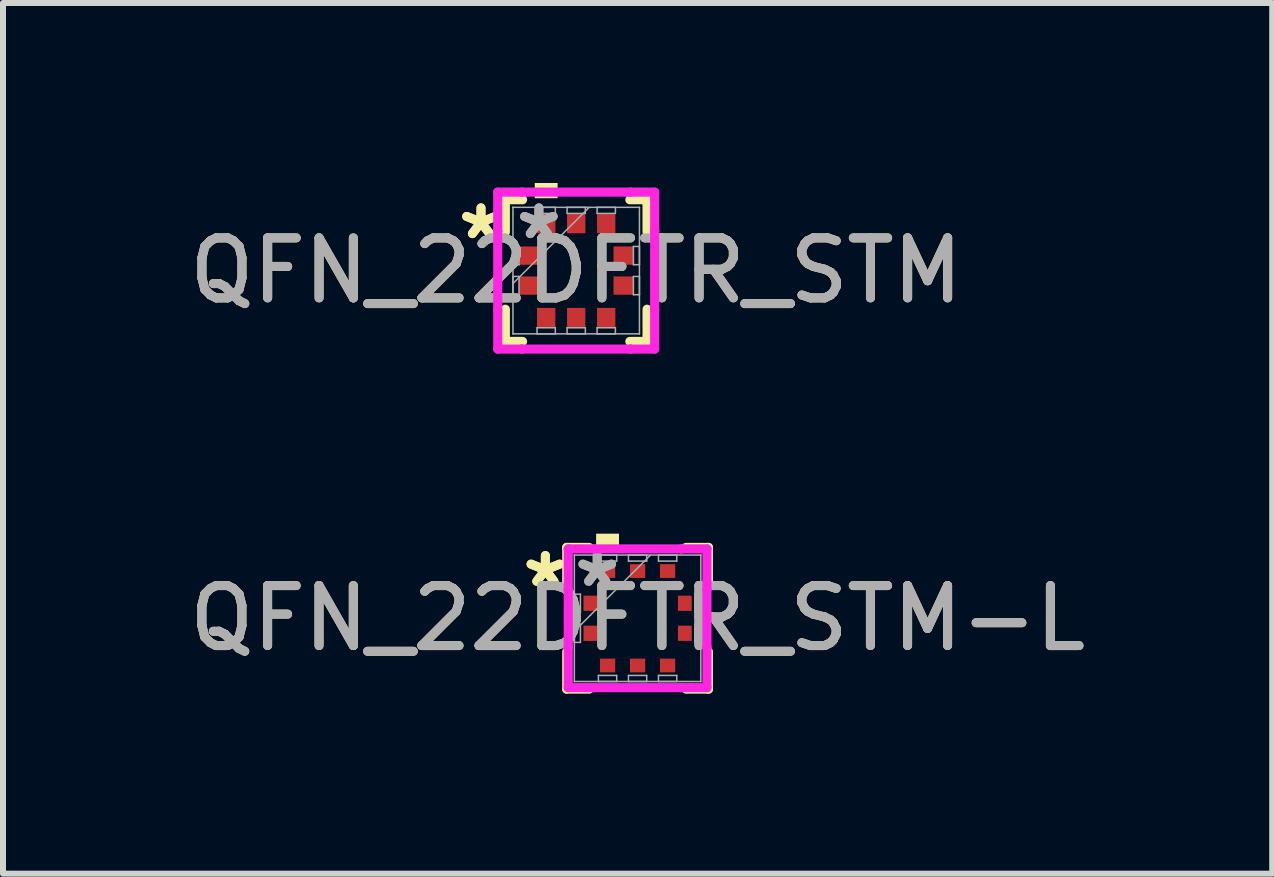
<source format=kicad_pcb>
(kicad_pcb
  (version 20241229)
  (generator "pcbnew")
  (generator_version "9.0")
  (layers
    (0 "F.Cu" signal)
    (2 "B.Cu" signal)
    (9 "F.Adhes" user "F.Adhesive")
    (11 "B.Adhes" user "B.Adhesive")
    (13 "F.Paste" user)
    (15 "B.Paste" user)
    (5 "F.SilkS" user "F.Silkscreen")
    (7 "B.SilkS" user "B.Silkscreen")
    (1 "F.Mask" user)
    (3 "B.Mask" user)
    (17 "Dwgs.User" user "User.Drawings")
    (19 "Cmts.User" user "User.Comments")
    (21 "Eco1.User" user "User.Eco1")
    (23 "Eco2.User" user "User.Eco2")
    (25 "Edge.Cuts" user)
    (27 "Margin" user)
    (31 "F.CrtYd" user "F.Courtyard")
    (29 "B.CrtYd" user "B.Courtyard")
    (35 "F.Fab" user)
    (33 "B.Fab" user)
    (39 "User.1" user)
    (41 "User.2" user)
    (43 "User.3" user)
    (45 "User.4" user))
  (footprint "QFN_22DFTR_STM-L"
    (layer "F.Cu")
    (at 7.577 7.255)
    (property "Reference" "QFN_22DFTR_STM-L" (at 0 0 0) (unlocked yes) (layer "F.SilkS") (effects (font (size 1 1) (thickness 0.15))))
    (attr smd)
    (fp_line (start -1.181 -1.181) (end -1.181 -0.558) (stroke (width 0.152) (type solid)) (layer "F.SilkS"))
    (fp_line (start -1.181 0.558) (end -1.181 1.181) (stroke (width 0.152) (type solid)) (layer "F.SilkS"))
    (fp_line (start -1.181 1.181) (end -0.808 1.181) (stroke (width 0.152) (type solid)) (layer "F.SilkS"))
    (fp_line (start -0.808 -1.181) (end -1.181 -1.181) (stroke (width 0.152) (type solid)) (layer "F.SilkS"))
    (fp_line (start 0.808 1.181) (end 1.181 1.181) (stroke (width 0.152) (type solid)) (layer "F.SilkS"))
    (fp_line (start 1.181 -1.181) (end 0.808 -1.181) (stroke (width 0.152) (type solid)) (layer "F.SilkS"))
    (fp_line (start 1.181 -0.558) (end 1.181 -1.181) (stroke (width 0.152) (type solid)) (layer "F.SilkS"))
    (fp_line (start 1.181 1.181) (end 1.181 0.558) (stroke (width 0.152) (type solid)) (layer "F.SilkS"))
    (fp_poly (pts (xy -0.691 -1.156) (xy -0.691 -1.41) (xy -0.31 -1.41) (xy -0.31 -1.156)) (stroke (width 0) (type solid)) (fill yes) (layer "F.SilkS"))
    (fp_line (start -1.156 -1.156) (end -0.729 -1.156) (stroke (width 0.152) (type solid)) (layer "F.CrtYd"))
    (fp_line (start -1.156 -0.479) (end -1.156 -1.156) (stroke (width 0.152) (type solid)) (layer "F.CrtYd"))
    (fp_line (start -1.156 -0.479) (end -1.156 -0.479) (stroke (width 0.152) (type solid)) (layer "F.CrtYd"))
    (fp_line (start -1.156 0.479) (end -1.156 -0.479) (stroke (width 0.152) (type solid)) (layer "F.CrtYd"))
    (fp_line (start -1.156 0.479) (end -1.156 0.479) (stroke (width 0.152) (type solid)) (layer "F.CrtYd"))
    (fp_line (start -1.156 1.156) (end -1.156 0.479) (stroke (width 0.152) (type solid)) (layer "F.CrtYd"))
    (fp_line (start -0.729 -1.156) (end -0.729 -1.156) (stroke (width 0.152) (type solid)) (layer "F.CrtYd"))
    (fp_line (start -0.729 -1.156) (end 0.729 -1.156) (stroke (width 0.152) (type solid)) (layer "F.CrtYd"))
    (fp_line (start -0.729 1.156) (end -1.156 1.156) (stroke (width 0.152) (type solid)) (layer "F.CrtYd"))
    (fp_line (start -0.729 1.156) (end -0.729 1.156) (stroke (width 0.152) (type solid)) (layer "F.CrtYd"))
    (fp_line (start 0.729 -1.156) (end 0.729 -1.156) (stroke (width 0.152) (type solid)) (layer "F.CrtYd"))
    (fp_line (start 0.729 -1.156) (end 1.156 -1.156) (stroke (width 0.152) (type solid)) (layer "F.CrtYd"))
    (fp_line (start 0.729 1.156) (end -0.729 1.156) (stroke (width 0.152) (type solid)) (layer "F.CrtYd"))
    (fp_line (start 0.729 1.156) (end 0.729 1.156) (stroke (width 0.152) (type solid)) (layer "F.CrtYd"))
    (fp_line (start 1.156 -1.156) (end 1.156 -0.479) (stroke (width 0.152) (type solid)) (layer "F.CrtYd"))
    (fp_line (start 1.156 -0.479) (end 1.156 -0.479) (stroke (width 0.152) (type solid)) (layer "F.CrtYd"))
    (fp_line (start 1.156 -0.479) (end 1.156 0.479) (stroke (width 0.152) (type solid)) (layer "F.CrtYd"))
    (fp_line (start 1.156 0.479) (end 1.156 0.479) (stroke (width 0.152) (type solid)) (layer "F.CrtYd"))
    (fp_line (start 1.156 0.479) (end 1.156 1.156) (stroke (width 0.152) (type solid)) (layer "F.CrtYd"))
    (fp_line (start 1.156 1.156) (end 0.729 1.156) (stroke (width 0.152) (type solid)) (layer "F.CrtYd"))
    (fp_line (start -1.054 -1.054) (end -1.054 -1.054) (stroke (width 0.025) (type solid)) (layer "F.Fab"))
    (fp_line (start -1.054 -1.054) (end -1.054 1.054) (stroke (width 0.025) (type solid)) (layer "F.Fab"))
    (fp_line (start -1.054 -0.402) (end -0.953 -0.402) (stroke (width 0.025) (type solid)) (layer "F.Fab"))
    (fp_line (start -1.054 -0.098) (end -1.054 -0.402) (stroke (width 0.025) (type solid)) (layer "F.Fab"))
    (fp_line (start -1.054 0.098) (end -0.953 0.098) (stroke (width 0.025) (type solid)) (layer "F.Fab"))
    (fp_line (start -1.054 0.216) (end 0.216 -1.054) (stroke (width 0.025) (type solid)) (layer "F.Fab"))
    (fp_line (start -1.054 0.402) (end -1.054 0.098) (stroke (width 0.025) (type solid)) (layer "F.Fab"))
    (fp_line (start -1.054 1.054) (end -1.054 1.054) (stroke (width 0.025) (type solid)) (layer "F.Fab"))
    (fp_line (start -1.054 1.054) (end 1.054 1.054) (stroke (width 0.025) (type solid)) (layer "F.Fab"))
    (fp_line (start -0.953 -0.402) (end -0.953 -0.098) (stroke (width 0.025) (type solid)) (layer "F.Fab"))
    (fp_line (start -0.953 -0.098) (end -1.054 -0.098) (stroke (width 0.025) (type solid)) (layer "F.Fab"))
    (fp_line (start -0.953 0.098) (end -0.953 0.402) (stroke (width 0.025) (type solid)) (layer "F.Fab"))
    (fp_line (start -0.953 0.402) (end -1.054 0.402) (stroke (width 0.025) (type solid)) (layer "F.Fab"))
    (fp_line (start -0.653 -1.054) (end -0.348 -1.054) (stroke (width 0.025) (type solid)) (layer "F.Fab"))
    (fp_line (start -0.653 -0.953) (end -0.653 -1.054) (stroke (width 0.025) (type solid)) (layer "F.Fab"))
    (fp_line (start -0.653 0.953) (end -0.348 0.953) (stroke (width 0.025) (type solid)) (layer "F.Fab"))
    (fp_line (start -0.653 1.054) (end -0.653 0.953) (stroke (width 0.025) (type solid)) (layer "F.Fab"))
    (fp_line (start -0.348 -1.054) (end -0.348 -0.953) (stroke (width 0.025) (type solid)) (layer "F.Fab"))
    (fp_line (start -0.348 -0.953) (end -0.653 -0.953) (stroke (width 0.025) (type solid)) (layer "F.Fab"))
    (fp_line (start -0.348 0.953) (end -0.348 1.054) (stroke (width 0.025) (type solid)) (layer "F.Fab"))
    (fp_line (start -0.348 1.054) (end -0.653 1.054) (stroke (width 0.025) (type solid)) (layer "F.Fab"))
    (fp_line (start -0.152 -1.054) (end 0.152 -1.054) (stroke (width 0.025) (type solid)) (layer "F.Fab"))
    (fp_line (start -0.152 -0.953) (end -0.152 -1.054) (stroke (width 0.025) (type solid)) (layer "F.Fab"))
    (fp_line (start -0.152 0.953) (end 0.152 0.953) (stroke (width 0.025) (type solid)) (layer "F.Fab"))
    (fp_line (start -0.152 1.054) (end -0.152 0.953) (stroke (width 0.025) (type solid)) (layer "F.Fab"))
    (fp_line (start 0.152 -1.054) (end 0.152 -0.953) (stroke (width 0.025) (type solid)) (layer "F.Fab"))
    (fp_line (start 0.152 -0.953) (end -0.152 -0.953) (stroke (width 0.025) (type solid)) (layer "F.Fab"))
    (fp_line (start 0.152 0.953) (end 0.152 1.054) (stroke (width 0.025) (type solid)) (layer "F.Fab"))
    (fp_line (start 0.152 1.054) (end -0.152 1.054) (stroke (width 0.025) (type solid)) (layer "F.Fab"))
    (fp_line (start 0.348 -1.054) (end 0.653 -1.054) (stroke (width 0.025) (type solid)) (layer "F.Fab"))
    (fp_line (start 0.348 -0.953) (end 0.348 -1.054) (stroke (width 0.025) (type solid)) (layer "F.Fab"))
    (fp_line (start 0.348 0.953) (end 0.653 0.953) (stroke (width 0.025) (type solid)) (layer "F.Fab"))
    (fp_line (start 0.348 1.054) (end 0.348 0.953) (stroke (width 0.025) (type solid)) (layer "F.Fab"))
    (fp_line (start 0.653 -1.054) (end 0.653 -0.953) (stroke (width 0.025) (type solid)) (layer "F.Fab"))
    (fp_line (start 0.653 -0.953) (end 0.348 -0.953) (stroke (width 0.025) (type solid)) (layer "F.Fab"))
    (fp_line (start 0.653 0.953) (end 0.653 1.054) (stroke (width 0.025) (type solid)) (layer "F.Fab"))
    (fp_line (start 0.653 1.054) (end 0.348 1.054) (stroke (width 0.025) (type solid)) (layer "F.Fab"))
    (fp_line (start 0.953 -0.402) (end 1.054 -0.402) (stroke (width 0.025) (type solid)) (layer "F.Fab"))
    (fp_line (start 0.953 -0.098) (end 0.953 -0.402) (stroke (width 0.025) (type solid)) (layer "F.Fab"))
    (fp_line (start 0.953 0.098) (end 1.054 0.098) (stroke (width 0.025) (type solid)) (layer "F.Fab"))
    (fp_line (start 0.953 0.402) (end 0.953 0.098) (stroke (width 0.025) (type solid)) (layer "F.Fab"))
    (fp_line (start 1.054 -1.054) (end -1.054 -1.054) (stroke (width 0.025) (type solid)) (layer "F.Fab"))
    (fp_line (start 1.054 -1.054) (end 1.054 -1.054) (stroke (width 0.025) (type solid)) (layer "F.Fab"))
    (fp_line (start 1.054 -0.402) (end 1.054 -0.098) (stroke (width 0.025) (type solid)) (layer "F.Fab"))
    (fp_line (start 1.054 -0.098) (end 0.953 -0.098) (stroke (width 0.025) (type solid)) (layer "F.Fab"))
    (fp_line (start 1.054 0.098) (end 1.054 0.402) (stroke (width 0.025) (type solid)) (layer "F.Fab"))
    (fp_line (start 1.054 0.402) (end 0.953 0.402) (stroke (width 0.025) (type solid)) (layer "F.Fab"))
    (fp_line (start 1.054 1.054) (end 1.054 -1.054) (stroke (width 0.025) (type solid)) (layer "F.Fab"))
    (fp_line (start 1.054 1.054) (end 1.054 1.054) (stroke (width 0.025) (type solid)) (layer "F.Fab"))
    (fp_text user "*" (at -1.537 -0.5 0) (layer "F.SilkS") (effects (font (size 1 1) (thickness 0.15))))
    (fp_text user "*" (at -1.537 -0.5 0) (unlocked yes) (layer "F.SilkS") (effects (font (size 1 1) (thickness 0.15))))
    (fp_text user "*" (at -0.673 -0.5 0) (layer "F.Fab") (effects (font (size 1 1) (thickness 0.15))))
    (fp_text user "*" (at -0.673 -0.5 0) (unlocked yes) (layer "F.Fab") (effects (font (size 1 1) (thickness 0.15))))
    (fp_text user "${REFERENCE}" (at 0 0 0) (unlocked yes) (layer "F.Fab") (effects (font (size 1 1) (thickness 0.15))))
    (pad "1" smd rect (at -0.787 -0.25 90) (size 0.254 0.229) (layers "F.Cu" "F.Mask" "F.Paste"))
    (pad "2" smd rect (at -0.787 0.25 90) (size 0.254 0.229) (layers "F.Cu" "F.Mask" "F.Paste"))
    (pad "3" smd rect (at -0.5 0.787) (size 0.254 0.229) (layers "F.Cu" "F.Mask" "F.Paste"))
    (pad "4" smd rect (at 0 0.787) (size 0.254 0.229) (layers "F.Cu" "F.Mask" "F.Paste"))
    (pad "5" smd rect (at 0.5 0.787) (size 0.254 0.229) (layers "F.Cu" "F.Mask" "F.Paste"))
    (pad "6" smd rect (at 0.787 0.25 90) (size 0.254 0.229) (layers "F.Cu" "F.Mask" "F.Paste"))
    (pad "7" smd rect (at 0.787 -0.25 90) (size 0.254 0.229) (layers "F.Cu" "F.Mask" "F.Paste"))
    (pad "8" smd rect (at 0.5 -0.787) (size 0.254 0.229) (layers "F.Cu" "F.Mask" "F.Paste"))
    (pad "9" smd rect (at 0 -0.787) (size 0.254 0.229) (layers "F.Cu" "F.Mask" "F.Paste"))
    (pad "10" smd rect (at -0.5 -0.787) (size 0.254 0.229) (layers "F.Cu" "F.Mask" "F.Paste")))
  (footprint "QFN_22DFTR_STM"
    (layer "F.Cu")
    (at 6.554 1.46)
    (property "Reference" "QFN_22DFTR_STM" (at 0 0 0) (unlocked yes) (layer "F.SilkS") (effects (font (size 1 1) (thickness 0.15))))
    (attr smd)
    (fp_line (start -1.181 -1.181) (end -1.181 -0.644) (stroke (width 0.152) (type solid)) (layer "F.SilkS"))
    (fp_line (start -1.181 0.644) (end -1.181 1.181) (stroke (width 0.152) (type solid)) (layer "F.SilkS"))
    (fp_line (start -1.181 1.181) (end -0.894 1.181) (stroke (width 0.152) (type solid)) (layer "F.SilkS"))
    (fp_line (start -0.894 -1.181) (end -1.181 -1.181) (stroke (width 0.152) (type solid)) (layer "F.SilkS"))
    (fp_line (start 0.894 1.181) (end 1.181 1.181) (stroke (width 0.152) (type solid)) (layer "F.SilkS"))
    (fp_line (start 1.181 -1.181) (end 0.894 -1.181) (stroke (width 0.152) (type solid)) (layer "F.SilkS"))
    (fp_line (start 1.181 -0.644) (end 1.181 -1.181) (stroke (width 0.152) (type solid)) (layer "F.SilkS"))
    (fp_line (start 1.181 1.181) (end 1.181 0.644) (stroke (width 0.152) (type solid)) (layer "F.SilkS"))
    (fp_poly (pts (xy -0.691 -1.206) (xy -0.691 -1.46) (xy -0.31 -1.46) (xy -0.31 -1.206)) (stroke (width 0) (type solid)) (fill yes) (layer "F.SilkS"))
    (fp_line (start -1.308 -1.308) (end -0.907 -1.308) (stroke (width 0.152) (type solid)) (layer "F.CrtYd"))
    (fp_line (start -1.308 -0.656) (end -1.308 -1.308) (stroke (width 0.152) (type solid)) (layer "F.CrtYd"))
    (fp_line (start -1.308 -0.656) (end -1.308 -0.656) (stroke (width 0.152) (type solid)) (layer "F.CrtYd"))
    (fp_line (start -1.308 0.656) (end -1.308 -0.656) (stroke (width 0.152) (type solid)) (layer "F.CrtYd"))
    (fp_line (start -1.308 0.656) (end -1.308 0.656) (stroke (width 0.152) (type solid)) (layer "F.CrtYd"))
    (fp_line (start -1.308 1.308) (end -1.308 0.656) (stroke (width 0.152) (type solid)) (layer "F.CrtYd"))
    (fp_line (start -0.907 -1.308) (end -0.907 -1.308) (stroke (width 0.152) (type solid)) (layer "F.CrtYd"))
    (fp_line (start -0.907 -1.308) (end 0.907 -1.308) (stroke (width 0.152) (type solid)) (layer "F.CrtYd"))
    (fp_line (start -0.907 1.308) (end -1.308 1.308) (stroke (width 0.152) (type solid)) (layer "F.CrtYd"))
    (fp_line (start -0.907 1.308) (end -0.907 1.308) (stroke (width 0.152) (type solid)) (layer "F.CrtYd"))
    (fp_line (start 0.907 -1.308) (end 0.907 -1.308) (stroke (width 0.152) (type solid)) (layer "F.CrtYd"))
    (fp_line (start 0.907 -1.308) (end 1.308 -1.308) (stroke (width 0.152) (type solid)) (layer "F.CrtYd"))
    (fp_line (start 0.907 1.308) (end -0.907 1.308) (stroke (width 0.152) (type solid)) (layer "F.CrtYd"))
    (fp_line (start 0.907 1.308) (end 0.907 1.308) (stroke (width 0.152) (type solid)) (layer "F.CrtYd"))
    (fp_line (start 1.308 -1.308) (end 1.308 -0.656) (stroke (width 0.152) (type solid)) (layer "F.CrtYd"))
    (fp_line (start 1.308 -0.656) (end 1.308 -0.656) (stroke (width 0.152) (type solid)) (layer "F.CrtYd"))
    (fp_line (start 1.308 -0.656) (end 1.308 0.656) (stroke (width 0.152) (type solid)) (layer "F.CrtYd"))
    (fp_line (start 1.308 0.656) (end 1.308 0.656) (stroke (width 0.152) (type solid)) (layer "F.CrtYd"))
    (fp_line (start 1.308 0.656) (end 1.308 1.308) (stroke (width 0.152) (type solid)) (layer "F.CrtYd"))
    (fp_line (start 1.308 1.308) (end 0.907 1.308) (stroke (width 0.152) (type solid)) (layer "F.CrtYd"))
    (fp_line (start -1.054 -1.054) (end -1.054 -1.054) (stroke (width 0.025) (type solid)) (layer "F.Fab"))
    (fp_line (start -1.054 -1.054) (end -1.054 1.054) (stroke (width 0.025) (type solid)) (layer "F.Fab"))
    (fp_line (start -1.054 -0.402) (end -0.953 -0.402) (stroke (width 0.025) (type solid)) (layer "F.Fab"))
    (fp_line (start -1.054 -0.098) (end -1.054 -0.402) (stroke (width 0.025) (type solid)) (layer "F.Fab"))
    (fp_line (start -1.054 0.098) (end -0.953 0.098) (stroke (width 0.025) (type solid)) (layer "F.Fab"))
    (fp_line (start -1.054 0.216) (end 0.216 -1.054) (stroke (width 0.025) (type solid)) (layer "F.Fab"))
    (fp_line (start -1.054 0.402) (end -1.054 0.098) (stroke (width 0.025) (type solid)) (layer "F.Fab"))
    (fp_line (start -1.054 1.054) (end -1.054 1.054) (stroke (width 0.025) (type solid)) (layer "F.Fab"))
    (fp_line (start -1.054 1.054) (end 1.054 1.054) (stroke (width 0.025) (type solid)) (layer "F.Fab"))
    (fp_line (start -0.953 -0.402) (end -0.953 -0.098) (stroke (width 0.025) (type solid)) (layer "F.Fab"))
    (fp_line (start -0.953 -0.098) (end -1.054 -0.098) (stroke (width 0.025) (type solid)) (layer "F.Fab"))
    (fp_line (start -0.953 0.098) (end -0.953 0.402) (stroke (width 0.025) (type solid)) (layer "F.Fab"))
    (fp_line (start -0.953 0.402) (end -1.054 0.402) (stroke (width 0.025) (type solid)) (layer "F.Fab"))
    (fp_line (start -0.653 -1.054) (end -0.348 -1.054) (stroke (width 0.025) (type solid)) (layer "F.Fab"))
    (fp_line (start -0.653 -0.953) (end -0.653 -1.054) (stroke (width 0.025) (type solid)) (layer "F.Fab"))
    (fp_line (start -0.653 0.953) (end -0.348 0.953) (stroke (width 0.025) (type solid)) (layer "F.Fab"))
    (fp_line (start -0.653 1.054) (end -0.653 0.953) (stroke (width 0.025) (type solid)) (layer "F.Fab"))
    (fp_line (start -0.348 -1.054) (end -0.348 -0.953) (stroke (width 0.025) (type solid)) (layer "F.Fab"))
    (fp_line (start -0.348 -0.953) (end -0.653 -0.953) (stroke (width 0.025) (type solid)) (layer "F.Fab"))
    (fp_line (start -0.348 0.953) (end -0.348 1.054) (stroke (width 0.025) (type solid)) (layer "F.Fab"))
    (fp_line (start -0.348 1.054) (end -0.653 1.054) (stroke (width 0.025) (type solid)) (layer "F.Fab"))
    (fp_line (start -0.152 -1.054) (end 0.152 -1.054) (stroke (width 0.025) (type solid)) (layer "F.Fab"))
    (fp_line (start -0.152 -0.953) (end -0.152 -1.054) (stroke (width 0.025) (type solid)) (layer "F.Fab"))
    (fp_line (start -0.152 0.953) (end 0.152 0.953) (stroke (width 0.025) (type solid)) (layer "F.Fab"))
    (fp_line (start -0.152 1.054) (end -0.152 0.953) (stroke (width 0.025) (type solid)) (layer "F.Fab"))
    (fp_line (start 0.152 -1.054) (end 0.152 -0.953) (stroke (width 0.025) (type solid)) (layer "F.Fab"))
    (fp_line (start 0.152 -0.953) (end -0.152 -0.953) (stroke (width 0.025) (type solid)) (layer "F.Fab"))
    (fp_line (start 0.152 0.953) (end 0.152 1.054) (stroke (width 0.025) (type solid)) (layer "F.Fab"))
    (fp_line (start 0.152 1.054) (end -0.152 1.054) (stroke (width 0.025) (type solid)) (layer "F.Fab"))
    (fp_line (start 0.348 -1.054) (end 0.653 -1.054) (stroke (width 0.025) (type solid)) (layer "F.Fab"))
    (fp_line (start 0.348 -0.953) (end 0.348 -1.054) (stroke (width 0.025) (type solid)) (layer "F.Fab"))
    (fp_line (start 0.348 0.953) (end 0.653 0.953) (stroke (width 0.025) (type solid)) (layer "F.Fab"))
    (fp_line (start 0.348 1.054) (end 0.348 0.953) (stroke (width 0.025) (type solid)) (layer "F.Fab"))
    (fp_line (start 0.653 -1.054) (end 0.653 -0.953) (stroke (width 0.025) (type solid)) (layer "F.Fab"))
    (fp_line (start 0.653 -0.953) (end 0.348 -0.953) (stroke (width 0.025) (type solid)) (layer "F.Fab"))
    (fp_line (start 0.653 0.953) (end 0.653 1.054) (stroke (width 0.025) (type solid)) (layer "F.Fab"))
    (fp_line (start 0.653 1.054) (end 0.348 1.054) (stroke (width 0.025) (type solid)) (layer "F.Fab"))
    (fp_line (start 0.953 -0.402) (end 1.054 -0.402) (stroke (width 0.025) (type solid)) (layer "F.Fab"))
    (fp_line (start 0.953 -0.098) (end 0.953 -0.402) (stroke (width 0.025) (type solid)) (layer "F.Fab"))
    (fp_line (start 0.953 0.098) (end 1.054 0.098) (stroke (width 0.025) (type solid)) (layer "F.Fab"))
    (fp_line (start 0.953 0.402) (end 0.953 0.098) (stroke (width 0.025) (type solid)) (layer "F.Fab"))
    (fp_line (start 1.054 -1.054) (end -1.054 -1.054) (stroke (width 0.025) (type solid)) (layer "F.Fab"))
    (fp_line (start 1.054 -1.054) (end 1.054 -1.054) (stroke (width 0.025) (type solid)) (layer "F.Fab"))
    (fp_line (start 1.054 -0.402) (end 1.054 -0.098) (stroke (width 0.025) (type solid)) (layer "F.Fab"))
    (fp_line (start 1.054 -0.098) (end 0.953 -0.098) (stroke (width 0.025) (type solid)) (layer "F.Fab"))
    (fp_line (start 1.054 0.098) (end 1.054 0.402) (stroke (width 0.025) (type solid)) (layer "F.Fab"))
    (fp_line (start 1.054 0.402) (end 0.953 0.402) (stroke (width 0.025) (type solid)) (layer "F.Fab"))
    (fp_line (start 1.054 1.054) (end 1.054 -1.054) (stroke (width 0.025) (type solid)) (layer "F.Fab"))
    (fp_line (start 1.054 1.054) (end 1.054 1.054) (stroke (width 0.025) (type solid)) (layer "F.Fab"))
    (fp_text user "*" (at -1.587 -0.5 0) (unlocked yes) (layer "F.SilkS") (effects (font (size 1 1) (thickness 0.15))))
    (fp_text user "*" (at -1.587 -0.5 0) (layer "F.SilkS") (effects (font (size 1 1) (thickness 0.15))))
    (fp_text user "*" (at -0.622 -0.5 0) (layer "F.Fab") (effects (font (size 1 1) (thickness 0.15))))
    (fp_text user "${REFERENCE}" (at 0 0 0) (unlocked yes) (layer "F.Fab") (effects (font (size 1 1) (thickness 0.15))))
    (fp_text user "*" (at -0.622 -0.5 0) (unlocked yes) (layer "F.Fab") (effects (font (size 1 1) (thickness 0.15))))
    (pad "1" smd rect (at -0.787 -0.25 90) (size 0.305 0.33) (layers "F.Cu" "F.Mask" "F.Paste"))
    (pad "2" smd rect (at -0.787 0.25 90) (size 0.305 0.33) (layers "F.Cu" "F.Mask" "F.Paste"))
    (pad "3" smd rect (at -0.5 0.787) (size 0.305 0.33) (layers "F.Cu" "F.Mask" "F.Paste"))
    (pad "4" smd rect (at 0 0.787) (size 0.305 0.33) (layers "F.Cu" "F.Mask" "F.Paste"))
    (pad "5" smd rect (at 0.5 0.787) (size 0.305 0.33) (layers "F.Cu" "F.Mask" "F.Paste"))
    (pad "6" smd rect (at 0.787 0.25 90) (size 0.305 0.33) (layers "F.Cu" "F.Mask" "F.Paste"))
    (pad "7" smd rect (at 0.787 -0.25 90) (size 0.305 0.33) (layers "F.Cu" "F.Mask" "F.Paste"))
    (pad "8" smd rect (at 0.5 -0.787) (size 0.305 0.33) (layers "F.Cu" "F.Mask" "F.Paste"))
    (pad "9" smd rect (at 0 -0.787) (size 0.305 0.33) (layers "F.Cu" "F.Mask" "F.Paste"))
    (pad "10" smd rect (at -0.5 -0.787) (size 0.305 0.33) (layers "F.Cu" "F.Mask" "F.Paste")))
  (gr_rect
    (start -3 -3)
    (end 18.155 11.512)
    (stroke (width 0.1) (type default))
    (fill no)
    (layer "Edge.Cuts")))
</source>
